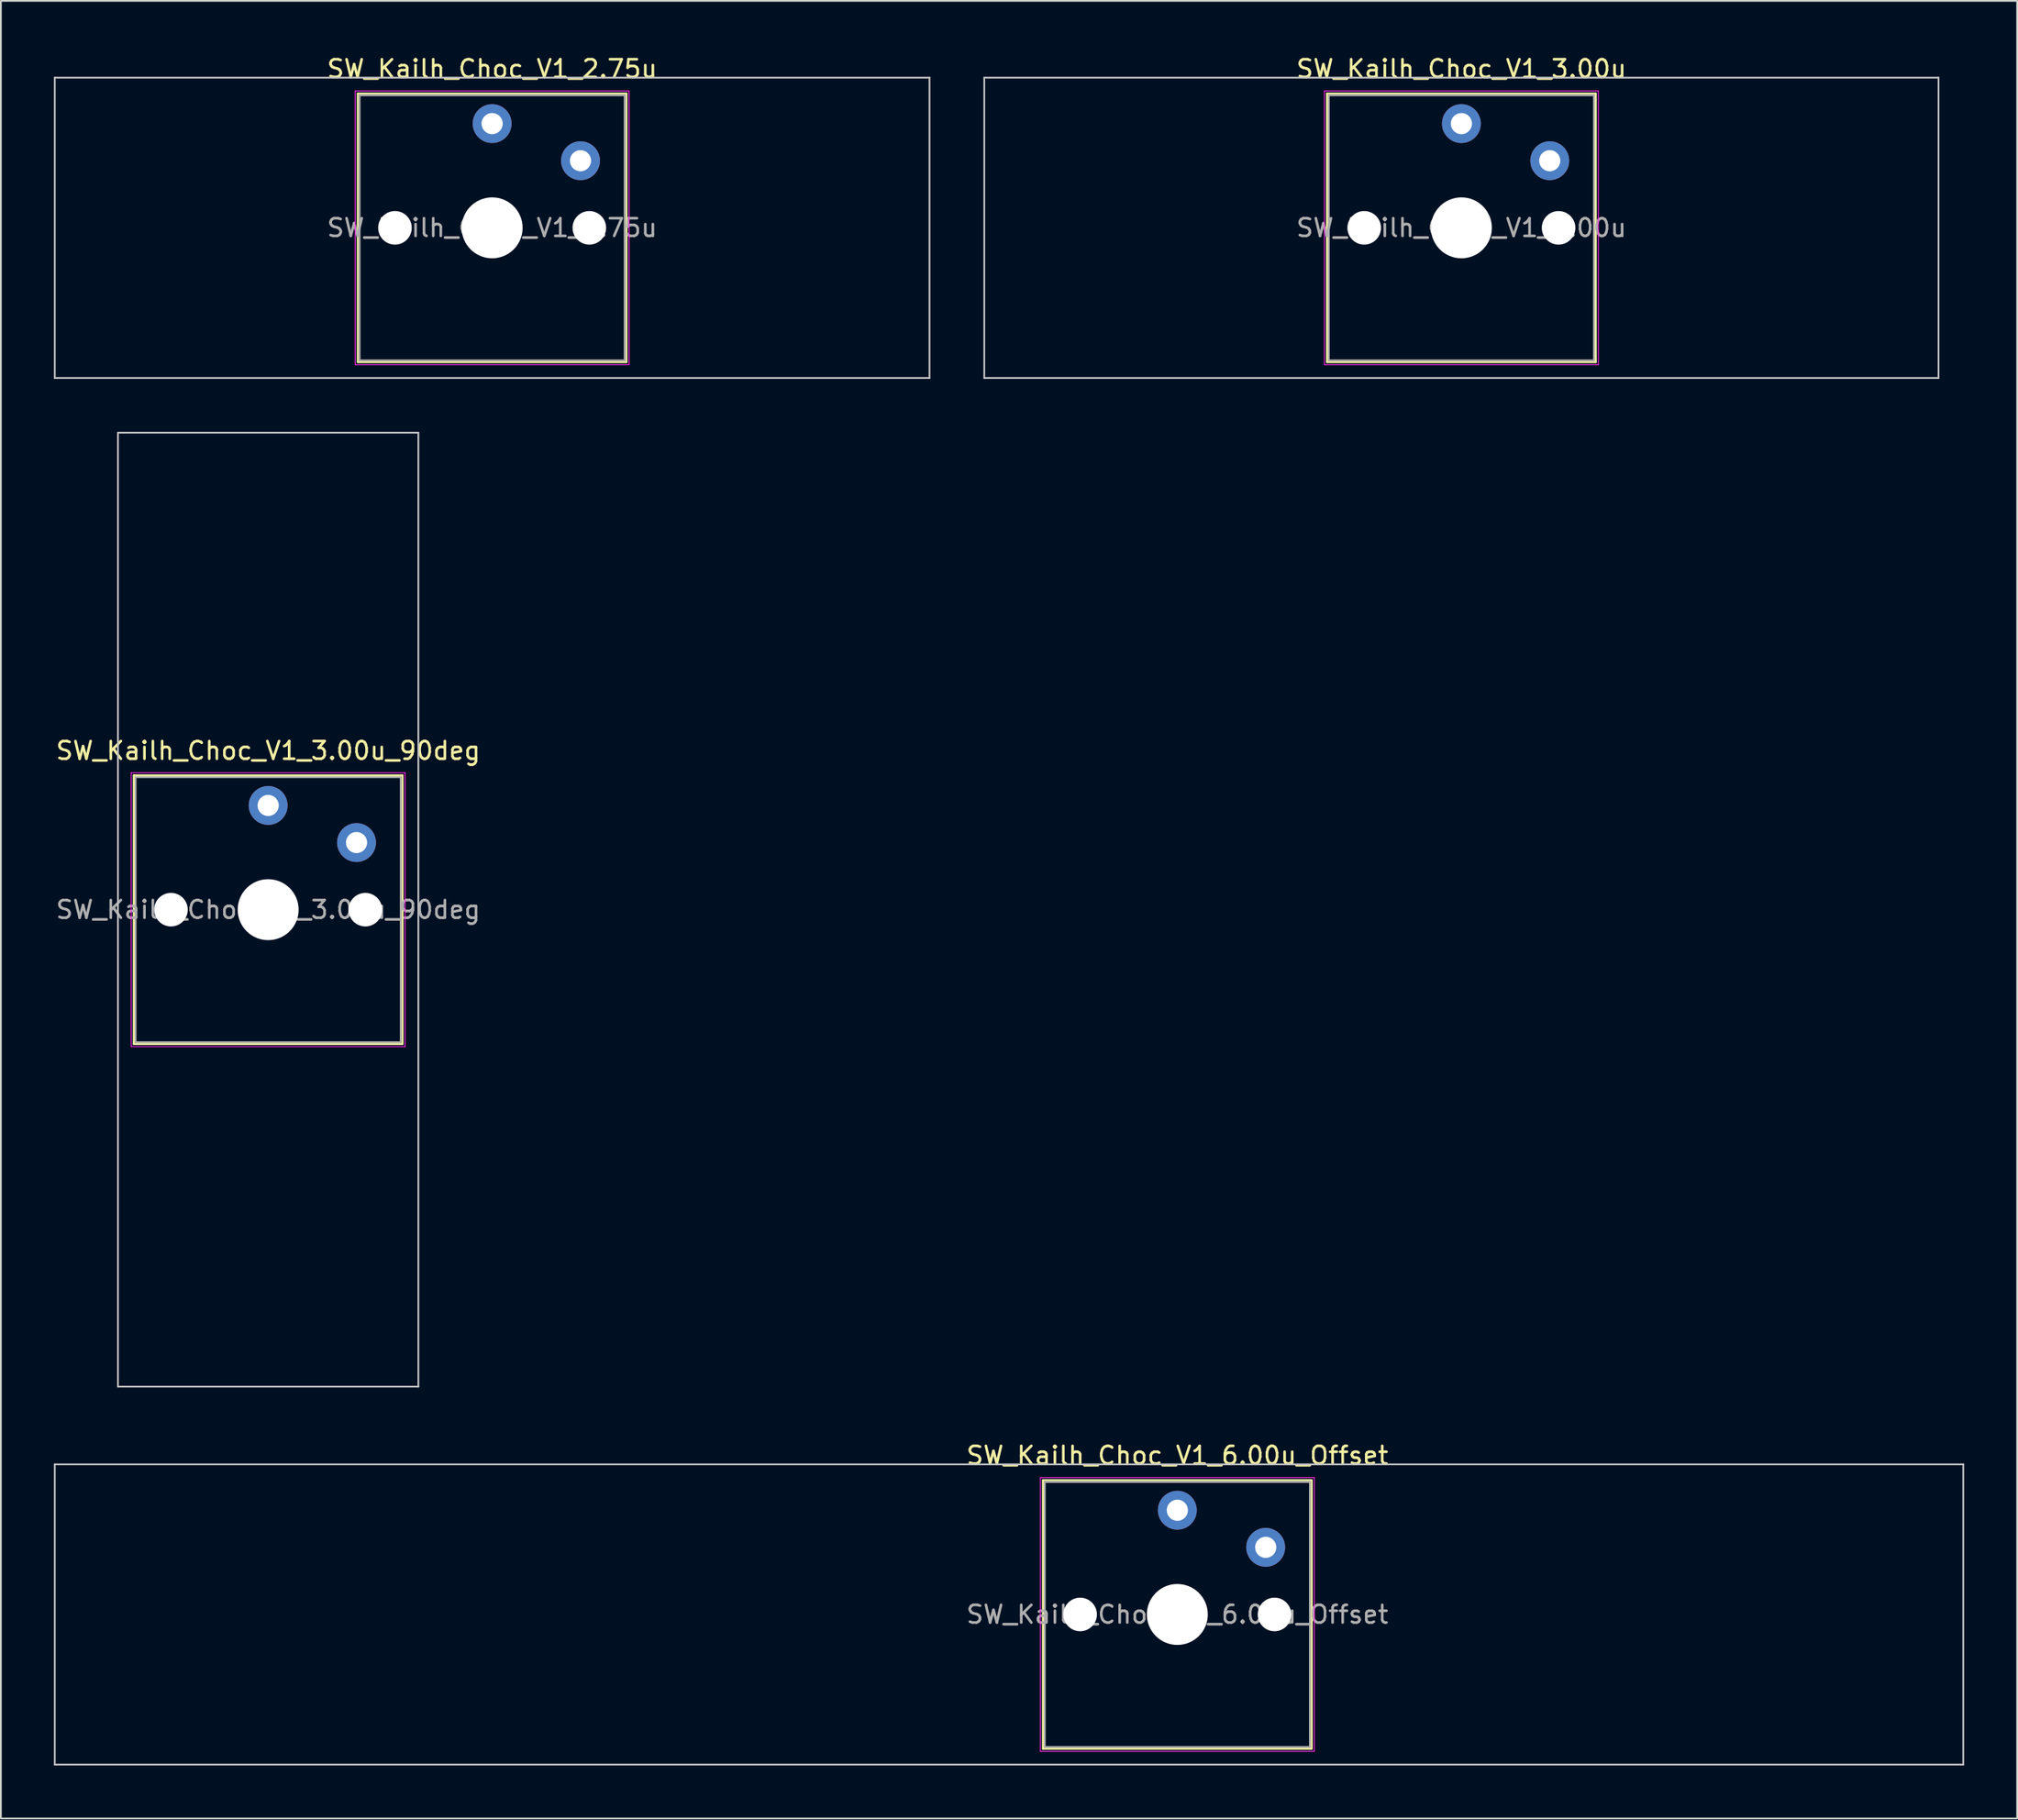
<source format=kicad_pcb>
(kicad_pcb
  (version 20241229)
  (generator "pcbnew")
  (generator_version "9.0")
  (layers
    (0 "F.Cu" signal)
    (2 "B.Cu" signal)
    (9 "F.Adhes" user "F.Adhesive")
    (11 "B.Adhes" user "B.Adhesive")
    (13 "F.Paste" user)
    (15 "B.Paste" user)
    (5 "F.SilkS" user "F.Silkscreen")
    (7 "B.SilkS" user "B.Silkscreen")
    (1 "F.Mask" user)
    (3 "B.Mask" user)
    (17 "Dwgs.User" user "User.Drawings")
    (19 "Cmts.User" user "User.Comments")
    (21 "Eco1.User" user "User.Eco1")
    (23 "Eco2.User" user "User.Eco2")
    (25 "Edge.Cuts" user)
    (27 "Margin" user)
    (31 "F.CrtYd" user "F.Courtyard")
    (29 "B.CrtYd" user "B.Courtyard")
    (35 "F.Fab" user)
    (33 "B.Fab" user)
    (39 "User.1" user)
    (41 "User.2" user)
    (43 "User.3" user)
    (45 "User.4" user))
  (footprint "SW_Kailh_Choc_V1_2.75u"
    (layer "F.Cu")
    (at 24.8 9.848)
    (property "Reference" "SW_Kailh_Choc_V1_2.75u" (at 0 -9 0) (layer "F.SilkS") (effects (font (size 1 1) (thickness 0.15))))
    (attr through_hole)
    (fp_line (start -7.6 -7.6) (end -7.6 7.6) (stroke (width 0.12) (type solid)) (layer "F.SilkS"))
    (fp_line (start -7.6 7.6) (end 7.6 7.6) (stroke (width 0.12) (type solid)) (layer "F.SilkS"))
    (fp_line (start 7.6 -7.6) (end -7.6 -7.6) (stroke (width 0.12) (type solid)) (layer "F.SilkS"))
    (fp_line (start 7.6 7.6) (end 7.6 -7.6) (stroke (width 0.12) (type solid)) (layer "F.SilkS"))
    (fp_line (start -24.75 -8.5) (end -24.75 8.5) (stroke (width 0.1) (type solid)) (layer "Dwgs.User"))
    (fp_line (start -24.75 8.5) (end 24.75 8.5) (stroke (width 0.1) (type solid)) (layer "Dwgs.User"))
    (fp_line (start 24.75 -8.5) (end -24.75 -8.5) (stroke (width 0.1) (type solid)) (layer "Dwgs.User"))
    (fp_line (start 24.75 8.5) (end 24.75 -8.5) (stroke (width 0.1) (type solid)) (layer "Dwgs.User"))
    (fp_line (start -7.25 -7.25) (end -7.25 7.25) (stroke (width 0.1) (type solid)) (layer "Eco1.User"))
    (fp_line (start -7.25 7.25) (end 7.25 7.25) (stroke (width 0.1) (type solid)) (layer "Eco1.User"))
    (fp_line (start 7.25 -7.25) (end -7.25 -7.25) (stroke (width 0.1) (type solid)) (layer "Eco1.User"))
    (fp_line (start 7.25 7.25) (end 7.25 -7.25) (stroke (width 0.1) (type solid)) (layer "Eco1.User"))
    (fp_line (start -7.75 -7.75) (end -7.75 7.75) (stroke (width 0.05) (type solid)) (layer "F.CrtYd"))
    (fp_line (start -7.75 7.75) (end 7.75 7.75) (stroke (width 0.05) (type solid)) (layer "F.CrtYd"))
    (fp_line (start 7.75 -7.75) (end -7.75 -7.75) (stroke (width 0.05) (type solid)) (layer "F.CrtYd"))
    (fp_line (start 7.75 7.75) (end 7.75 -7.75) (stroke (width 0.05) (type solid)) (layer "F.CrtYd"))
    (fp_line (start -7.5 -7.5) (end -7.5 7.5) (stroke (width 0.1) (type solid)) (layer "F.Fab"))
    (fp_line (start -7.5 7.5) (end 7.5 7.5) (stroke (width 0.1) (type solid)) (layer "F.Fab"))
    (fp_line (start 7.5 -7.5) (end -7.5 -7.5) (stroke (width 0.1) (type solid)) (layer "F.Fab"))
    (fp_line (start 7.5 7.5) (end 7.5 -7.5) (stroke (width 0.1) (type solid)) (layer "F.Fab"))
    (fp_text user "${REFERENCE}" (at 0 0 0) (layer "F.Fab") (effects (font (size 1 1) (thickness 0.15))))
    (pad "" np_thru_hole circle (at -5.5 0) (size 1.9 1.9) (drill 1.9) (layers "*.Cu" "*.Mask"))
    (pad "" smd circle (at 0 -5.9) (size 1.25 1.25) (layers "F.Mask"))
    (pad "" np_thru_hole circle (at 0 0) (size 3.45 3.45) (drill 3.45) (layers "*.Cu" "*.Mask"))
    (pad "" smd circle (at 5 -3.8) (size 1.25 1.25) (layers "F.Mask"))
    (pad "" np_thru_hole circle (at 5.5 0) (size 1.9 1.9) (drill 1.9) (layers "*.Cu" "*.Mask"))
    (pad "1" thru_hole circle (at 0 -5.9) (size 2.2 2.2) (drill 1.2) (layers "*.Cu" "B.Mask"))
    (pad "2" thru_hole circle (at 5 -3.8) (size 2.2 2.2) (drill 1.2) (layers "*.Cu" "B.Mask")))
  (footprint "SW_Kailh_Choc_V1_3.00u"
    (layer "F.Cu")
    (at 79.65 9.848)
    (property "Reference" "SW_Kailh_Choc_V1_3.00u" (at 0 -9 0) (layer "F.SilkS") (effects (font (size 1 1) (thickness 0.15))))
    (attr through_hole)
    (fp_line (start -7.6 -7.6) (end -7.6 7.6) (stroke (width 0.12) (type solid)) (layer "F.SilkS"))
    (fp_line (start -7.6 7.6) (end 7.6 7.6) (stroke (width 0.12) (type solid)) (layer "F.SilkS"))
    (fp_line (start 7.6 -7.6) (end -7.6 -7.6) (stroke (width 0.12) (type solid)) (layer "F.SilkS"))
    (fp_line (start 7.6 7.6) (end 7.6 -7.6) (stroke (width 0.12) (type solid)) (layer "F.SilkS"))
    (fp_line (start -27 -8.5) (end -27 8.5) (stroke (width 0.1) (type solid)) (layer "Dwgs.User"))
    (fp_line (start -27 8.5) (end 27 8.5) (stroke (width 0.1) (type solid)) (layer "Dwgs.User"))
    (fp_line (start 27 -8.5) (end -27 -8.5) (stroke (width 0.1) (type solid)) (layer "Dwgs.User"))
    (fp_line (start 27 8.5) (end 27 -8.5) (stroke (width 0.1) (type solid)) (layer "Dwgs.User"))
    (fp_line (start -7.25 -7.25) (end -7.25 7.25) (stroke (width 0.1) (type solid)) (layer "Eco1.User"))
    (fp_line (start -7.25 7.25) (end 7.25 7.25) (stroke (width 0.1) (type solid)) (layer "Eco1.User"))
    (fp_line (start 7.25 -7.25) (end -7.25 -7.25) (stroke (width 0.1) (type solid)) (layer "Eco1.User"))
    (fp_line (start 7.25 7.25) (end 7.25 -7.25) (stroke (width 0.1) (type solid)) (layer "Eco1.User"))
    (fp_line (start -7.75 -7.75) (end -7.75 7.75) (stroke (width 0.05) (type solid)) (layer "F.CrtYd"))
    (fp_line (start -7.75 7.75) (end 7.75 7.75) (stroke (width 0.05) (type solid)) (layer "F.CrtYd"))
    (fp_line (start 7.75 -7.75) (end -7.75 -7.75) (stroke (width 0.05) (type solid)) (layer "F.CrtYd"))
    (fp_line (start 7.75 7.75) (end 7.75 -7.75) (stroke (width 0.05) (type solid)) (layer "F.CrtYd"))
    (fp_line (start -7.5 -7.5) (end -7.5 7.5) (stroke (width 0.1) (type solid)) (layer "F.Fab"))
    (fp_line (start -7.5 7.5) (end 7.5 7.5) (stroke (width 0.1) (type solid)) (layer "F.Fab"))
    (fp_line (start 7.5 -7.5) (end -7.5 -7.5) (stroke (width 0.1) (type solid)) (layer "F.Fab"))
    (fp_line (start 7.5 7.5) (end 7.5 -7.5) (stroke (width 0.1) (type solid)) (layer "F.Fab"))
    (fp_text user "${REFERENCE}" (at 0 0 0) (layer "F.Fab") (effects (font (size 1 1) (thickness 0.15))))
    (pad "" np_thru_hole circle (at -5.5 0) (size 1.9 1.9) (drill 1.9) (layers "*.Cu" "*.Mask"))
    (pad "" smd circle (at 0 -5.9) (size 1.25 1.25) (layers "F.Mask"))
    (pad "" np_thru_hole circle (at 0 0) (size 3.45 3.45) (drill 3.45) (layers "*.Cu" "*.Mask"))
    (pad "" smd circle (at 5 -3.8) (size 1.25 1.25) (layers "F.Mask"))
    (pad "" np_thru_hole circle (at 5.5 0) (size 1.9 1.9) (drill 1.9) (layers "*.Cu" "*.Mask"))
    (pad "1" thru_hole circle (at 0 -5.9) (size 2.2 2.2) (drill 1.2) (layers "*.Cu" "B.Mask"))
    (pad "2" thru_hole circle (at 5 -3.8) (size 2.2 2.2) (drill 1.2) (layers "*.Cu" "B.Mask")))
  (footprint "SW_Kailh_Choc_V1_3.00u_90deg"
    (layer "F.Cu")
    (at 12.125 48.448)
    (property "Reference" "SW_Kailh_Choc_V1_3.00u_90deg" (at 0 -9 0) (layer "F.SilkS") (effects (font (size 1 1) (thickness 0.15))))
    (attr through_hole)
    (fp_line (start -7.6 -7.6) (end -7.6 7.6) (stroke (width 0.12) (type solid)) (layer "F.SilkS"))
    (fp_line (start -7.6 7.6) (end 7.6 7.6) (stroke (width 0.12) (type solid)) (layer "F.SilkS"))
    (fp_line (start 7.6 -7.6) (end -7.6 -7.6) (stroke (width 0.12) (type solid)) (layer "F.SilkS"))
    (fp_line (start 7.6 7.6) (end 7.6 -7.6) (stroke (width 0.12) (type solid)) (layer "F.SilkS"))
    (fp_line (start -8.5 -27) (end 8.5 -27) (stroke (width 0.1) (type solid)) (layer "Dwgs.User"))
    (fp_line (start -8.5 27) (end -8.5 -27) (stroke (width 0.1) (type solid)) (layer "Dwgs.User"))
    (fp_line (start 8.5 -27) (end 8.5 27) (stroke (width 0.1) (type solid)) (layer "Dwgs.User"))
    (fp_line (start 8.5 27) (end -8.5 27) (stroke (width 0.1) (type solid)) (layer "Dwgs.User"))
    (fp_line (start -7.25 -7.25) (end -7.25 7.25) (stroke (width 0.1) (type solid)) (layer "Eco1.User"))
    (fp_line (start -7.25 7.25) (end 7.25 7.25) (stroke (width 0.1) (type solid)) (layer "Eco1.User"))
    (fp_line (start 7.25 -7.25) (end -7.25 -7.25) (stroke (width 0.1) (type solid)) (layer "Eco1.User"))
    (fp_line (start 7.25 7.25) (end 7.25 -7.25) (stroke (width 0.1) (type solid)) (layer "Eco1.User"))
    (fp_line (start -7.75 -7.75) (end -7.75 7.75) (stroke (width 0.05) (type solid)) (layer "F.CrtYd"))
    (fp_line (start -7.75 7.75) (end 7.75 7.75) (stroke (width 0.05) (type solid)) (layer "F.CrtYd"))
    (fp_line (start 7.75 -7.75) (end -7.75 -7.75) (stroke (width 0.05) (type solid)) (layer "F.CrtYd"))
    (fp_line (start 7.75 7.75) (end 7.75 -7.75) (stroke (width 0.05) (type solid)) (layer "F.CrtYd"))
    (fp_line (start -7.5 -7.5) (end -7.5 7.5) (stroke (width 0.1) (type solid)) (layer "F.Fab"))
    (fp_line (start -7.5 7.5) (end 7.5 7.5) (stroke (width 0.1) (type solid)) (layer "F.Fab"))
    (fp_line (start 7.5 -7.5) (end -7.5 -7.5) (stroke (width 0.1) (type solid)) (layer "F.Fab"))
    (fp_line (start 7.5 7.5) (end 7.5 -7.5) (stroke (width 0.1) (type solid)) (layer "F.Fab"))
    (fp_text user "${REFERENCE}" (at 0 0 0) (layer "F.Fab") (effects (font (size 1 1) (thickness 0.15))))
    (pad "" np_thru_hole circle (at -5.5 0) (size 1.9 1.9) (drill 1.9) (layers "*.Cu" "*.Mask"))
    (pad "" smd circle (at 0 -5.9) (size 1.25 1.25) (layers "F.Mask"))
    (pad "" np_thru_hole circle (at 0 0) (size 3.45 3.45) (drill 3.45) (layers "*.Cu" "*.Mask"))
    (pad "" smd circle (at 5 -3.8) (size 1.25 1.25) (layers "F.Mask"))
    (pad "" np_thru_hole circle (at 5.5 0) (size 1.9 1.9) (drill 1.9) (layers "*.Cu" "*.Mask"))
    (pad "1" thru_hole circle (at 0 -5.9) (size 2.2 2.2) (drill 1.2) (layers "*.Cu" "B.Mask"))
    (pad "2" thru_hole circle (at 5 -3.8) (size 2.2 2.2) (drill 1.2) (layers "*.Cu" "B.Mask")))
  (footprint "SW_Kailh_Choc_V1_6.00u_Offset"
    (layer "F.Cu")
    (at 63.575 88.347)
    (property "Reference" "SW_Kailh_Choc_V1_6.00u_Offset" (at 0 -9 0) (layer "F.SilkS") (effects (font (size 1 1) (thickness 0.15))))
    (attr through_hole)
    (fp_line (start -7.6 -7.6) (end -7.6 7.6) (stroke (width 0.12) (type solid)) (layer "F.SilkS"))
    (fp_line (start -7.6 7.6) (end 7.6 7.6) (stroke (width 0.12) (type solid)) (layer "F.SilkS"))
    (fp_line (start 7.6 -7.6) (end -7.6 -7.6) (stroke (width 0.12) (type solid)) (layer "F.SilkS"))
    (fp_line (start 7.6 7.6) (end 7.6 -7.6) (stroke (width 0.12) (type solid)) (layer "F.SilkS"))
    (fp_line (start -63.525 -8.5) (end -63.525 8.5) (stroke (width 0.1) (type solid)) (layer "Dwgs.User"))
    (fp_line (start -63.525 8.5) (end 44.475 8.5) (stroke (width 0.1) (type solid)) (layer "Dwgs.User"))
    (fp_line (start 44.475 -8.5) (end -63.525 -8.5) (stroke (width 0.1) (type solid)) (layer "Dwgs.User"))
    (fp_line (start 44.475 8.5) (end 44.475 -8.5) (stroke (width 0.1) (type solid)) (layer "Dwgs.User"))
    (fp_line (start -7.25 -7.25) (end -7.25 7.25) (stroke (width 0.1) (type solid)) (layer "Eco1.User"))
    (fp_line (start -7.25 7.25) (end 7.25 7.25) (stroke (width 0.1) (type solid)) (layer "Eco1.User"))
    (fp_line (start 7.25 -7.25) (end -7.25 -7.25) (stroke (width 0.1) (type solid)) (layer "Eco1.User"))
    (fp_line (start 7.25 7.25) (end 7.25 -7.25) (stroke (width 0.1) (type solid)) (layer "Eco1.User"))
    (fp_line (start -7.75 -7.75) (end -7.75 7.75) (stroke (width 0.05) (type solid)) (layer "F.CrtYd"))
    (fp_line (start -7.75 7.75) (end 7.75 7.75) (stroke (width 0.05) (type solid)) (layer "F.CrtYd"))
    (fp_line (start 7.75 -7.75) (end -7.75 -7.75) (stroke (width 0.05) (type solid)) (layer "F.CrtYd"))
    (fp_line (start 7.75 7.75) (end 7.75 -7.75) (stroke (width 0.05) (type solid)) (layer "F.CrtYd"))
    (fp_line (start -7.5 -7.5) (end -7.5 7.5) (stroke (width 0.1) (type solid)) (layer "F.Fab"))
    (fp_line (start -7.5 7.5) (end 7.5 7.5) (stroke (width 0.1) (type solid)) (layer "F.Fab"))
    (fp_line (start 7.5 -7.5) (end -7.5 -7.5) (stroke (width 0.1) (type solid)) (layer "F.Fab"))
    (fp_line (start 7.5 7.5) (end 7.5 -7.5) (stroke (width 0.1) (type solid)) (layer "F.Fab"))
    (fp_text user "${REFERENCE}" (at 0 0 0) (layer "F.Fab") (effects (font (size 1 1) (thickness 0.15))))
    (pad "" np_thru_hole circle (at -5.5 0) (size 1.9 1.9) (drill 1.9) (layers "*.Cu" "*.Mask"))
    (pad "" smd circle (at 0 -5.9) (size 1.25 1.25) (layers "F.Mask"))
    (pad "" np_thru_hole circle (at 0 0) (size 3.45 3.45) (drill 3.45) (layers "*.Cu" "*.Mask"))
    (pad "" smd circle (at 5 -3.8) (size 1.25 1.25) (layers "F.Mask"))
    (pad "" np_thru_hole circle (at 5.5 0) (size 1.9 1.9) (drill 1.9) (layers "*.Cu" "*.Mask"))
    (pad "1" thru_hole circle (at 0 -5.9) (size 2.2 2.2) (drill 1.2) (layers "*.Cu" "B.Mask"))
    (pad "2" thru_hole circle (at 5 -3.8) (size 2.2 2.2) (drill 1.2) (layers "*.Cu" "B.Mask")))
  (gr_rect
    (start -3 -3)
    (end 111.1 99.897)
    (stroke (width 0.1) (type default))
    (fill no)
    (layer "Edge.Cuts")))
</source>
